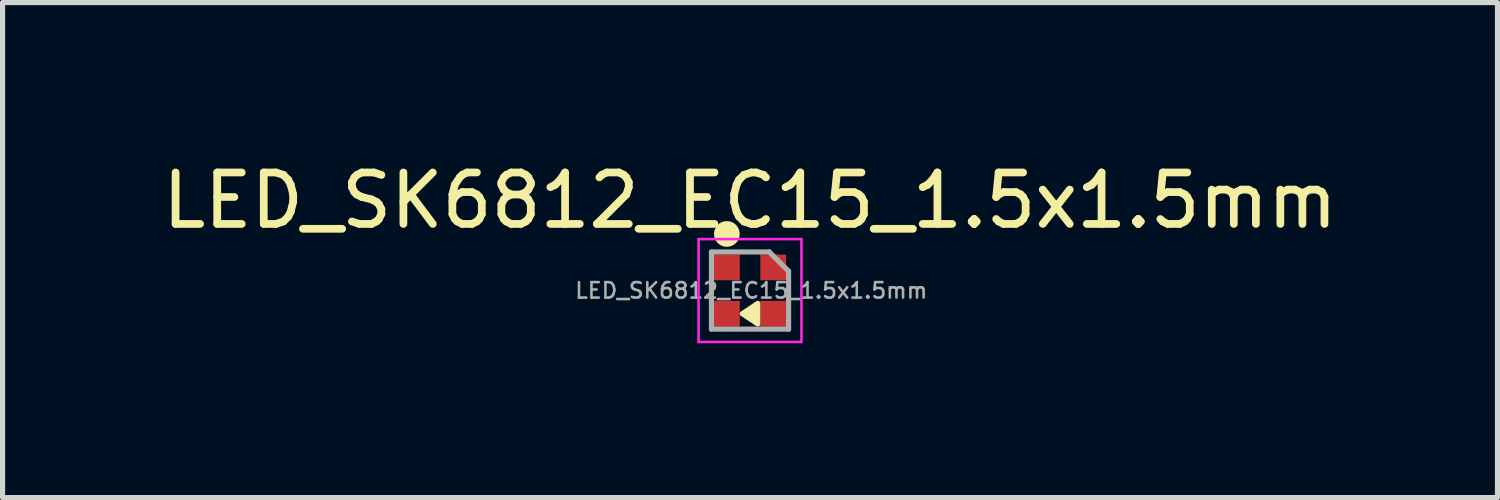
<source format=kicad_pcb>
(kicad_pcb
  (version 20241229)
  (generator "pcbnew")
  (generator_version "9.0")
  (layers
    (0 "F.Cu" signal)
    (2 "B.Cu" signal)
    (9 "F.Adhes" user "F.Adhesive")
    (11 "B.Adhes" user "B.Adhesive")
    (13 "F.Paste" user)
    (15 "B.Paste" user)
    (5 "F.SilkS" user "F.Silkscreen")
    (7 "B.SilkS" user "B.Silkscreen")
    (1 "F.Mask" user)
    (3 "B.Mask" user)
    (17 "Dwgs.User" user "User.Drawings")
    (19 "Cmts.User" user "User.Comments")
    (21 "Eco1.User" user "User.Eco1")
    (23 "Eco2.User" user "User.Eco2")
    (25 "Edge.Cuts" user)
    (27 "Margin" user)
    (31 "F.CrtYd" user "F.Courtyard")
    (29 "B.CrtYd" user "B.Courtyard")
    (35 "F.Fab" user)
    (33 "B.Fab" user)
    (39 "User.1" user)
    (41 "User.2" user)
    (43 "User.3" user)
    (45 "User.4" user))
  (footprint "LED_SK6812_EC15_1.5x1.5mm"
    (layer "F.Cu")
    (at 11.53 2.598)
    (property "Reference" "LED_SK6812_EC15_1.5x1.5mm" (at 0 -1.75 0) (layer "F.SilkS") (effects (font (size 1 1) (thickness 0.15))))
    (attr smd)
    (fp_circle (center -0.45 -1.1) (end -0.25 -1.1) (stroke (width 0.1) (type solid)) (fill yes) (layer "F.SilkS"))
    (fp_poly (pts (xy 0.15 0.25) (xy -0.15 0.45) (xy 0.15 0.65)) (stroke (width 0.1) (type solid)) (fill yes) (layer "F.SilkS"))
    (fp_line (start -1 -1) (end 1 -1) (stroke (width 0.05) (type solid)) (layer "F.CrtYd"))
    (fp_line (start -1 1) (end -1 -1) (stroke (width 0.05) (type solid)) (layer "F.CrtYd"))
    (fp_line (start 1 -1) (end 1 1) (stroke (width 0.05) (type solid)) (layer "F.CrtYd"))
    (fp_line (start 1 1) (end -1 1) (stroke (width 0.05) (type solid)) (layer "F.CrtYd"))
    (fp_line (start -0.75 -0.75) (end 0.375 -0.75) (stroke (width 0.1) (type solid)) (layer "F.Fab"))
    (fp_line (start -0.75 0.75) (end -0.75 -0.75) (stroke (width 0.1) (type solid)) (layer "F.Fab"))
    (fp_line (start 0.375 -0.75) (end 0.75 -0.375) (stroke (width 0.1) (type solid)) (layer "F.Fab"))
    (fp_line (start 0.75 -0.375) (end 0.75 0.75) (stroke (width 0.1) (type solid)) (layer "F.Fab"))
    (fp_line (start 0.75 0.75) (end -0.75 0.75) (stroke (width 0.1) (type solid)) (layer "F.Fab"))
    (fp_text user "${REFERENCE}" (at 0.025 0 0) (layer "F.Fab") (effects (font (size 0.3 0.3) (thickness 0.05))))
    (pad "1" smd rect (at -0.45 -0.45) (size 0.5 0.5) (layers "F.Cu" "F.Mask" "F.Paste"))
    (pad "2" smd rect (at -0.45 0.45) (size 0.5 0.5) (layers "F.Cu" "F.Mask" "F.Paste"))
    (pad "3" smd rect (at 0.45 0.45) (size 0.5 0.5) (layers "F.Cu" "F.Mask" "F.Paste"))
    (pad "4" smd rect (at 0.45 -0.45) (size 0.5 0.5) (layers "F.Cu" "F.Mask" "F.Paste")))
  (gr_rect
    (start -3 -3)
    (end 26.06 6.623)
    (stroke (width 0.1) (type default))
    (fill no)
    (layer "Edge.Cuts")))
</source>
